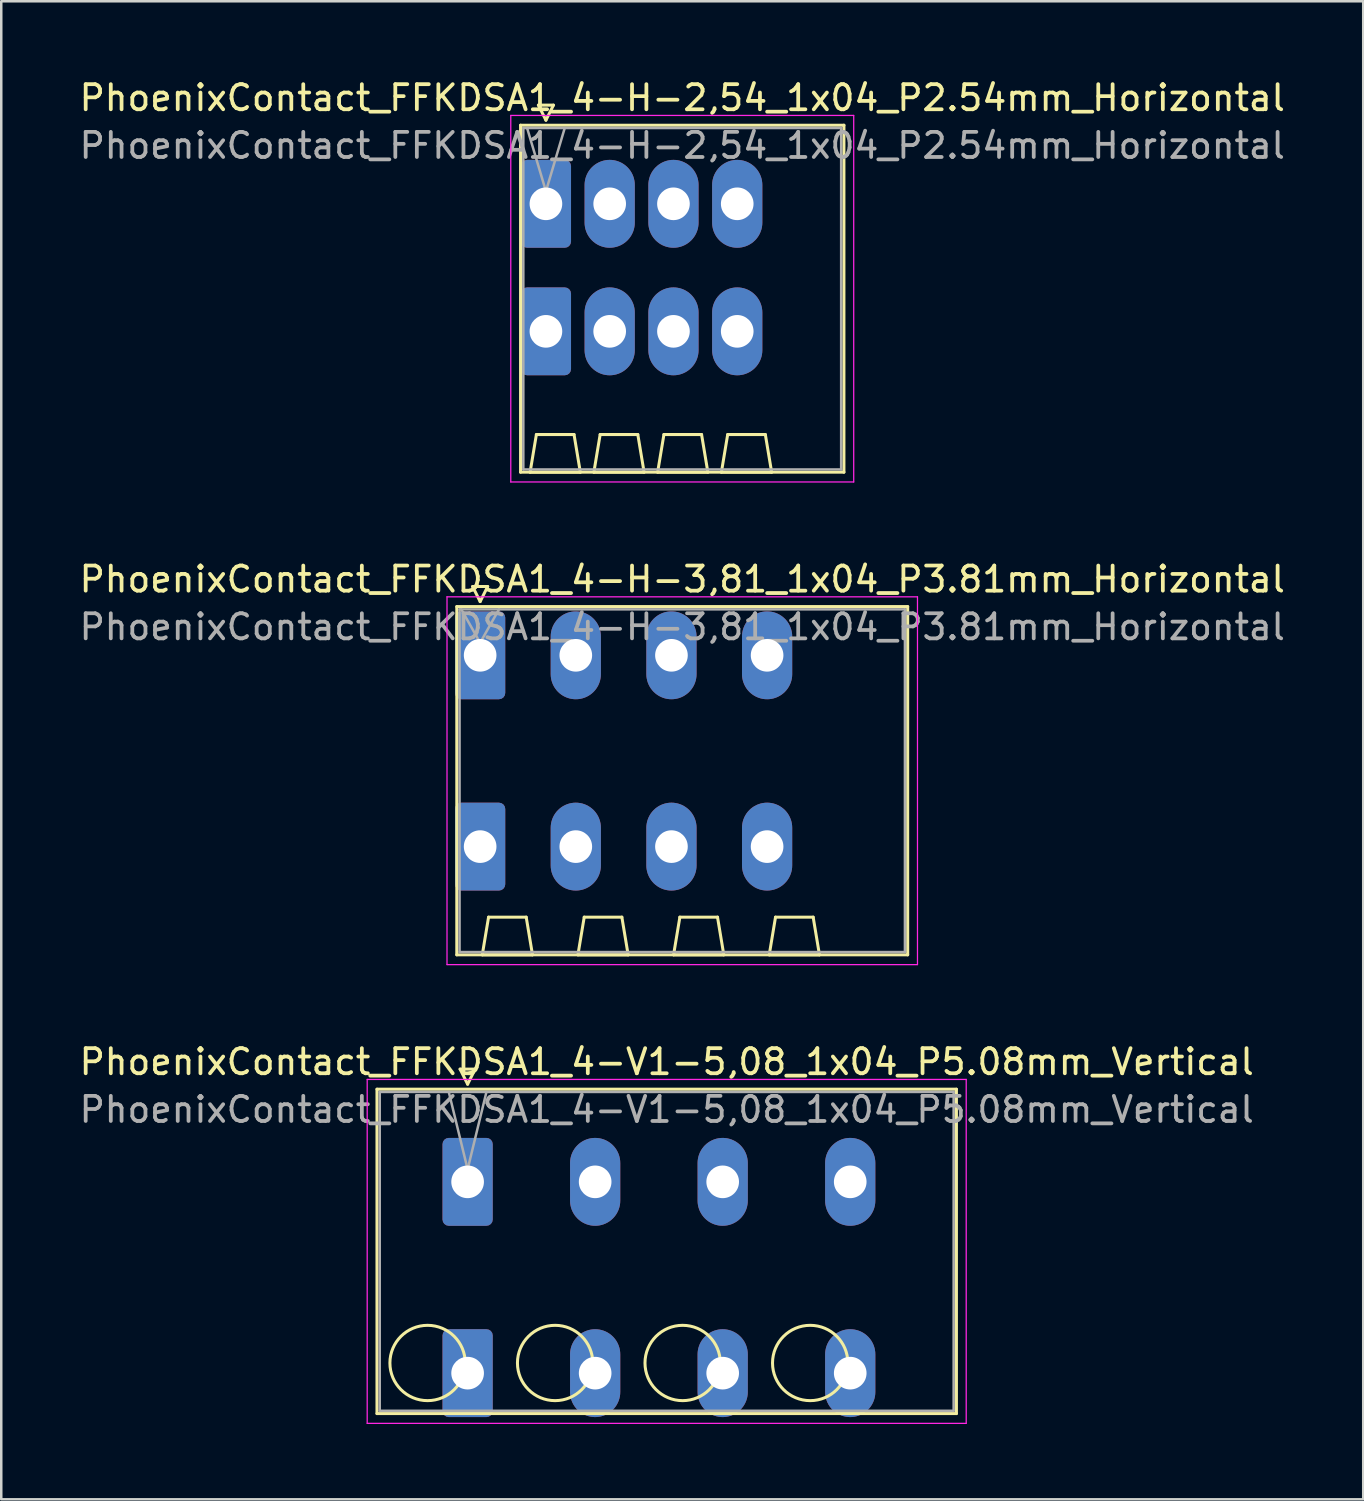
<source format=kicad_pcb>
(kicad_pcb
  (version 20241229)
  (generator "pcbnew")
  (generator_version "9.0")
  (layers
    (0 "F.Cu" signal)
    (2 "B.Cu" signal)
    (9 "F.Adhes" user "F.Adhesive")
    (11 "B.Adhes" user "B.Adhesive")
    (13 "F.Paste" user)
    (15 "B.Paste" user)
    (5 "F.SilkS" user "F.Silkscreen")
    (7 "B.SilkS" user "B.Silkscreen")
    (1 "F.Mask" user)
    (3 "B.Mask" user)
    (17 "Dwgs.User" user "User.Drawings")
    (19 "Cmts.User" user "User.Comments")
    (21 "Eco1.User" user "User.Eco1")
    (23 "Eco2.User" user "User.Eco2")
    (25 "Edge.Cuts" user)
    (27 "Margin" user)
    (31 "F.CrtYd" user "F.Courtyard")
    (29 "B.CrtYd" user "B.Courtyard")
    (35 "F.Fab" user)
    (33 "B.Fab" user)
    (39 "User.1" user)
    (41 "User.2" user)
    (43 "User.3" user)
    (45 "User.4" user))
  (footprint "PhoenixContact_FFKDSA1_4-V1-5,08_1x04_P5.08mm_Vertical"
    (layer "F.Cu")
    (at 15.576 44.025)
    (property "Reference" "PhoenixContact_FFKDSA1_4-V1-5,08_1x04_P5.08mm_Vertical" (at 7.93 -4.78 0) (layer "F.SilkS") (effects (font (size 1 1) (thickness 0.15))))
    (attr through_hole)
    (fp_line (start -3.61 -3.69) (end -3.61 9.23) (stroke (width 0.12) (type solid)) (layer "F.SilkS"))
    (fp_line (start -3.61 9.23) (end 19.47 9.23) (stroke (width 0.12) (type solid)) (layer "F.SilkS"))
    (fp_line (start -0.3 -4.49) (end 0.3 -4.49) (stroke (width 0.12) (type solid)) (layer "F.SilkS"))
    (fp_line (start 0 -3.89) (end -0.3 -4.49) (stroke (width 0.12) (type solid)) (layer "F.SilkS"))
    (fp_line (start 0.3 -4.49) (end 0 -3.89) (stroke (width 0.12) (type solid)) (layer "F.SilkS"))
    (fp_line (start 19.47 -3.69) (end -3.61 -3.69) (stroke (width 0.12) (type solid)) (layer "F.SilkS"))
    (fp_line (start 19.47 9.23) (end 19.47 -3.69) (stroke (width 0.12) (type solid)) (layer "F.SilkS"))
    (fp_circle (center -1.595 7.215) (end -0.095 7.215) (stroke (width 0.12) (type solid)) (fill no) (layer "F.SilkS"))
    (fp_circle (center 3.485 7.215) (end 4.985 7.215) (stroke (width 0.12) (type solid)) (fill no) (layer "F.SilkS"))
    (fp_circle (center 8.565 7.215) (end 10.065 7.215) (stroke (width 0.12) (type solid)) (fill no) (layer "F.SilkS"))
    (fp_circle (center 13.645 7.215) (end 15.145 7.215) (stroke (width 0.12) (type solid)) (fill no) (layer "F.SilkS"))
    (fp_line (start -4 -4.08) (end -4 9.62) (stroke (width 0.05) (type solid)) (layer "F.CrtYd"))
    (fp_line (start -4 9.62) (end 19.86 9.62) (stroke (width 0.05) (type solid)) (layer "F.CrtYd"))
    (fp_line (start 19.86 -4.08) (end -4 -4.08) (stroke (width 0.05) (type solid)) (layer "F.CrtYd"))
    (fp_line (start 19.86 9.62) (end 19.86 -4.08) (stroke (width 0.05) (type solid)) (layer "F.CrtYd"))
    (fp_line (start -3.5 -3.58) (end -3.5 9.12) (stroke (width 0.1) (type solid)) (layer "F.Fab"))
    (fp_line (start -3.5 9.12) (end 19.36 9.12) (stroke (width 0.1) (type solid)) (layer "F.Fab"))
    (fp_line (start 0 -0.5) (end -0.75 -3.58) (stroke (width 0.1) (type solid)) (layer "F.Fab"))
    (fp_line (start 0.75 -3.58) (end 0 -0.5) (stroke (width 0.1) (type solid)) (layer "F.Fab"))
    (fp_line (start 19.36 -3.58) (end -3.5 -3.58) (stroke (width 0.1) (type solid)) (layer "F.Fab"))
    (fp_line (start 19.36 9.12) (end 19.36 -3.58) (stroke (width 0.1) (type solid)) (layer "F.Fab"))
    (fp_text user "${REFERENCE}" (at 7.93 -2.88 0) (layer "F.Fab") (effects (font (size 1 1) (thickness 0.15))))
    (pad "1" thru_hole roundrect (at 0 0) (size 2 3.5) (drill 1.3) (layers "*.Cu" "*.Mask") (roundrect_rratio 0.125))
    (pad "1" thru_hole roundrect (at 0 7.62) (size 2 3.5) (drill 1.3) (layers "*.Cu" "*.Mask") (roundrect_rratio 0.125))
    (pad "2" thru_hole oval (at 5.08 0) (size 2 3.5) (drill 1.3) (layers "*.Cu" "*.Mask"))
    (pad "2" thru_hole oval (at 5.08 7.62) (size 2 3.5) (drill 1.3) (layers "*.Cu" "*.Mask"))
    (pad "3" thru_hole oval (at 10.16 0) (size 2 3.5) (drill 1.3) (layers "*.Cu" "*.Mask"))
    (pad "3" thru_hole oval (at 10.16 7.62) (size 2 3.5) (drill 1.3) (layers "*.Cu" "*.Mask"))
    (pad "4" thru_hole oval (at 15.24 0) (size 2 3.5) (drill 1.3) (layers "*.Cu" "*.Mask"))
    (pad "4" thru_hole oval (at 15.24 7.62) (size 2 3.5) (drill 1.3) (layers "*.Cu" "*.Mask")))
  (footprint "PhoenixContact_FFKDSA1_4-H-3,81_1x04_P3.81mm_Horizontal"
    (layer "F.Cu")
    (at 16.075 23.052)
    (property "Reference" "PhoenixContact_FFKDSA1_4-H-3,81_1x04_P3.81mm_Horizontal" (at 8.05 -3.03 0) (layer "F.SilkS") (effects (font (size 1 1) (thickness 0.15))))
    (attr through_hole)
    (fp_line (start -0.93 -1.94) (end -0.93 11.93) (stroke (width 0.12) (type solid)) (layer "F.SilkS"))
    (fp_line (start -0.93 11.93) (end 17.03 11.93) (stroke (width 0.12) (type solid)) (layer "F.SilkS"))
    (fp_line (start -0.3 -2.74) (end 0.3 -2.74) (stroke (width 0.12) (type solid)) (layer "F.SilkS"))
    (fp_line (start 0 -2.14) (end -0.3 -2.74) (stroke (width 0.12) (type solid)) (layer "F.SilkS"))
    (fp_line (start 0.085 11.93) (end 2.085 11.93) (stroke (width 0.12) (type solid)) (layer "F.SilkS"))
    (fp_line (start 0.3 -2.74) (end 0 -2.14) (stroke (width 0.12) (type solid)) (layer "F.SilkS"))
    (fp_line (start 0.335 10.43) (end 0.085 11.93) (stroke (width 0.12) (type solid)) (layer "F.SilkS"))
    (fp_line (start 1.835 10.43) (end 0.335 10.43) (stroke (width 0.12) (type solid)) (layer "F.SilkS"))
    (fp_line (start 2.085 11.93) (end 1.835 10.43) (stroke (width 0.12) (type solid)) (layer "F.SilkS"))
    (fp_line (start 3.895 11.93) (end 5.895 11.93) (stroke (width 0.12) (type solid)) (layer "F.SilkS"))
    (fp_line (start 4.145 10.43) (end 3.895 11.93) (stroke (width 0.12) (type solid)) (layer "F.SilkS"))
    (fp_line (start 5.645 10.43) (end 4.145 10.43) (stroke (width 0.12) (type solid)) (layer "F.SilkS"))
    (fp_line (start 5.895 11.93) (end 5.645 10.43) (stroke (width 0.12) (type solid)) (layer "F.SilkS"))
    (fp_line (start 7.705 11.93) (end 9.705 11.93) (stroke (width 0.12) (type solid)) (layer "F.SilkS"))
    (fp_line (start 7.955 10.43) (end 7.705 11.93) (stroke (width 0.12) (type solid)) (layer "F.SilkS"))
    (fp_line (start 9.455 10.43) (end 7.955 10.43) (stroke (width 0.12) (type solid)) (layer "F.SilkS"))
    (fp_line (start 9.705 11.93) (end 9.455 10.43) (stroke (width 0.12) (type solid)) (layer "F.SilkS"))
    (fp_line (start 11.515 11.93) (end 13.515 11.93) (stroke (width 0.12) (type solid)) (layer "F.SilkS"))
    (fp_line (start 11.765 10.43) (end 11.515 11.93) (stroke (width 0.12) (type solid)) (layer "F.SilkS"))
    (fp_line (start 13.265 10.43) (end 11.765 10.43) (stroke (width 0.12) (type solid)) (layer "F.SilkS"))
    (fp_line (start 13.515 11.93) (end 13.265 10.43) (stroke (width 0.12) (type solid)) (layer "F.SilkS"))
    (fp_line (start 17.03 -1.94) (end -0.93 -1.94) (stroke (width 0.12) (type solid)) (layer "F.SilkS"))
    (fp_line (start 17.03 11.93) (end 17.03 -1.94) (stroke (width 0.12) (type solid)) (layer "F.SilkS"))
    (fp_line (start -1.32 -2.33) (end -1.32 12.32) (stroke (width 0.05) (type solid)) (layer "F.CrtYd"))
    (fp_line (start -1.32 12.32) (end 17.42 12.32) (stroke (width 0.05) (type solid)) (layer "F.CrtYd"))
    (fp_line (start 17.42 -2.33) (end -1.32 -2.33) (stroke (width 0.05) (type solid)) (layer "F.CrtYd"))
    (fp_line (start 17.42 12.32) (end 17.42 -2.33) (stroke (width 0.05) (type solid)) (layer "F.CrtYd"))
    (fp_line (start -0.82 -1.83) (end -0.82 11.82) (stroke (width 0.1) (type solid)) (layer "F.Fab"))
    (fp_line (start -0.82 11.82) (end 16.92 11.82) (stroke (width 0.1) (type solid)) (layer "F.Fab"))
    (fp_line (start 0 -0.5) (end -0.75 -1.83) (stroke (width 0.1) (type solid)) (layer "F.Fab"))
    (fp_line (start 0.75 -1.83) (end 0 -0.5) (stroke (width 0.1) (type solid)) (layer "F.Fab"))
    (fp_line (start 16.92 -1.83) (end -0.82 -1.83) (stroke (width 0.1) (type solid)) (layer "F.Fab"))
    (fp_line (start 16.92 11.82) (end 16.92 -1.83) (stroke (width 0.1) (type solid)) (layer "F.Fab"))
    (fp_text user "${REFERENCE}" (at 8.05 -1.13 0) (layer "F.Fab") (effects (font (size 1 1) (thickness 0.15))))
    (pad "1" thru_hole roundrect (at 0 0) (size 2 3.5) (drill 1.3) (layers "*.Cu" "*.Mask") (roundrect_rratio 0.125))
    (pad "1" thru_hole roundrect (at 0 7.62) (size 2 3.5) (drill 1.3) (layers "*.Cu" "*.Mask") (roundrect_rratio 0.125))
    (pad "2" thru_hole oval (at 3.81 0) (size 2 3.5) (drill 1.3) (layers "*.Cu" "*.Mask"))
    (pad "2" thru_hole oval (at 3.81 7.62) (size 2 3.5) (drill 1.3) (layers "*.Cu" "*.Mask"))
    (pad "3" thru_hole oval (at 7.62 0) (size 2 3.5) (drill 1.3) (layers "*.Cu" "*.Mask"))
    (pad "3" thru_hole oval (at 7.62 7.62) (size 2 3.5) (drill 1.3) (layers "*.Cu" "*.Mask"))
    (pad "4" thru_hole oval (at 11.43 0) (size 2 3.5) (drill 1.3) (layers "*.Cu" "*.Mask"))
    (pad "4" thru_hole oval (at 11.43 7.62) (size 2 3.5) (drill 1.3) (layers "*.Cu" "*.Mask")))
  (footprint "PhoenixContact_FFKDSA1_4-H-2,54_1x04_P2.54mm_Horizontal"
    (layer "F.Cu")
    (at 18.695 5.068)
    (property "Reference" "PhoenixContact_FFKDSA1_4-H-2,54_1x04_P2.54mm_Horizontal" (at 5.43 -4.22 0) (layer "F.SilkS") (effects (font (size 1 1) (thickness 0.15))))
    (attr through_hole)
    (fp_line (start -1.01 -3.13) (end -1.01 10.69) (stroke (width 0.12) (type solid)) (layer "F.SilkS"))
    (fp_line (start -1.01 10.69) (end 11.87 10.69) (stroke (width 0.12) (type solid)) (layer "F.SilkS"))
    (fp_line (start -0.63 10.69) (end 1.37 10.69) (stroke (width 0.12) (type solid)) (layer "F.SilkS"))
    (fp_line (start -0.38 9.19) (end -0.63 10.69) (stroke (width 0.12) (type solid)) (layer "F.SilkS"))
    (fp_line (start -0.3 -3.93) (end 0.3 -3.93) (stroke (width 0.12) (type solid)) (layer "F.SilkS"))
    (fp_line (start 0 -3.33) (end -0.3 -3.93) (stroke (width 0.12) (type solid)) (layer "F.SilkS"))
    (fp_line (start 0.3 -3.93) (end 0 -3.33) (stroke (width 0.12) (type solid)) (layer "F.SilkS"))
    (fp_line (start 1.12 9.19) (end -0.38 9.19) (stroke (width 0.12) (type solid)) (layer "F.SilkS"))
    (fp_line (start 1.37 10.69) (end 1.12 9.19) (stroke (width 0.12) (type solid)) (layer "F.SilkS"))
    (fp_line (start 1.91 10.69) (end 3.91 10.69) (stroke (width 0.12) (type solid)) (layer "F.SilkS"))
    (fp_line (start 2.16 9.19) (end 1.91 10.69) (stroke (width 0.12) (type solid)) (layer "F.SilkS"))
    (fp_line (start 3.66 9.19) (end 2.16 9.19) (stroke (width 0.12) (type solid)) (layer "F.SilkS"))
    (fp_line (start 3.91 10.69) (end 3.66 9.19) (stroke (width 0.12) (type solid)) (layer "F.SilkS"))
    (fp_line (start 4.45 10.69) (end 6.45 10.69) (stroke (width 0.12) (type solid)) (layer "F.SilkS"))
    (fp_line (start 4.7 9.19) (end 4.45 10.69) (stroke (width 0.12) (type solid)) (layer "F.SilkS"))
    (fp_line (start 6.2 9.19) (end 4.7 9.19) (stroke (width 0.12) (type solid)) (layer "F.SilkS"))
    (fp_line (start 6.45 10.69) (end 6.2 9.19) (stroke (width 0.12) (type solid)) (layer "F.SilkS"))
    (fp_line (start 6.99 10.69) (end 8.99 10.69) (stroke (width 0.12) (type solid)) (layer "F.SilkS"))
    (fp_line (start 7.24 9.19) (end 6.99 10.69) (stroke (width 0.12) (type solid)) (layer "F.SilkS"))
    (fp_line (start 8.74 9.19) (end 7.24 9.19) (stroke (width 0.12) (type solid)) (layer "F.SilkS"))
    (fp_line (start 8.99 10.69) (end 8.74 9.19) (stroke (width 0.12) (type solid)) (layer "F.SilkS"))
    (fp_line (start 11.87 -3.13) (end -1.01 -3.13) (stroke (width 0.12) (type solid)) (layer "F.SilkS"))
    (fp_line (start 11.87 10.69) (end 11.87 -3.13) (stroke (width 0.12) (type solid)) (layer "F.SilkS"))
    (fp_line (start -1.4 -3.52) (end -1.4 11.08) (stroke (width 0.05) (type solid)) (layer "F.CrtYd"))
    (fp_line (start -1.4 11.08) (end 12.26 11.08) (stroke (width 0.05) (type solid)) (layer "F.CrtYd"))
    (fp_line (start 12.26 -3.52) (end -1.4 -3.52) (stroke (width 0.05) (type solid)) (layer "F.CrtYd"))
    (fp_line (start 12.26 11.08) (end 12.26 -3.52) (stroke (width 0.05) (type solid)) (layer "F.CrtYd"))
    (fp_line (start -0.9 -3.02) (end -0.9 10.58) (stroke (width 0.1) (type solid)) (layer "F.Fab"))
    (fp_line (start -0.9 10.58) (end 11.76 10.58) (stroke (width 0.1) (type solid)) (layer "F.Fab"))
    (fp_line (start 0 -0.5) (end -0.75 -3.02) (stroke (width 0.1) (type solid)) (layer "F.Fab"))
    (fp_line (start 0.75 -3.02) (end 0 -0.5) (stroke (width 0.1) (type solid)) (layer "F.Fab"))
    (fp_line (start 11.76 -3.02) (end -0.9 -3.02) (stroke (width 0.1) (type solid)) (layer "F.Fab"))
    (fp_line (start 11.76 10.58) (end 11.76 -3.02) (stroke (width 0.1) (type solid)) (layer "F.Fab"))
    (fp_text user "${REFERENCE}" (at 5.43 -2.32 0) (layer "F.Fab") (effects (font (size 1 1) (thickness 0.15))))
    (pad "1" thru_hole roundrect (at 0 0) (size 2 3.5) (drill 1.3) (layers "*.Cu" "*.Mask") (roundrect_rratio 0.125))
    (pad "1" thru_hole roundrect (at 0 5.08) (size 2 3.5) (drill 1.3) (layers "*.Cu" "*.Mask") (roundrect_rratio 0.125))
    (pad "2" thru_hole oval (at 2.54 0) (size 2 3.5) (drill 1.3) (layers "*.Cu" "*.Mask"))
    (pad "2" thru_hole oval (at 2.54 5.08) (size 2 3.5) (drill 1.3) (layers "*.Cu" "*.Mask"))
    (pad "3" thru_hole oval (at 5.08 0) (size 2 3.5) (drill 1.3) (layers "*.Cu" "*.Mask"))
    (pad "3" thru_hole oval (at 5.08 5.08) (size 2 3.5) (drill 1.3) (layers "*.Cu" "*.Mask"))
    (pad "4" thru_hole oval (at 7.62 0) (size 2 3.5) (drill 1.3) (layers "*.Cu" "*.Mask"))
    (pad "4" thru_hole oval (at 7.62 5.08) (size 2 3.5) (drill 1.3) (layers "*.Cu" "*.Mask")))
  (gr_rect
    (start -3 -3)
    (end 51.25 56.67)
    (stroke (width 0.1) (type default))
    (fill no)
    (layer "Edge.Cuts")))
</source>
